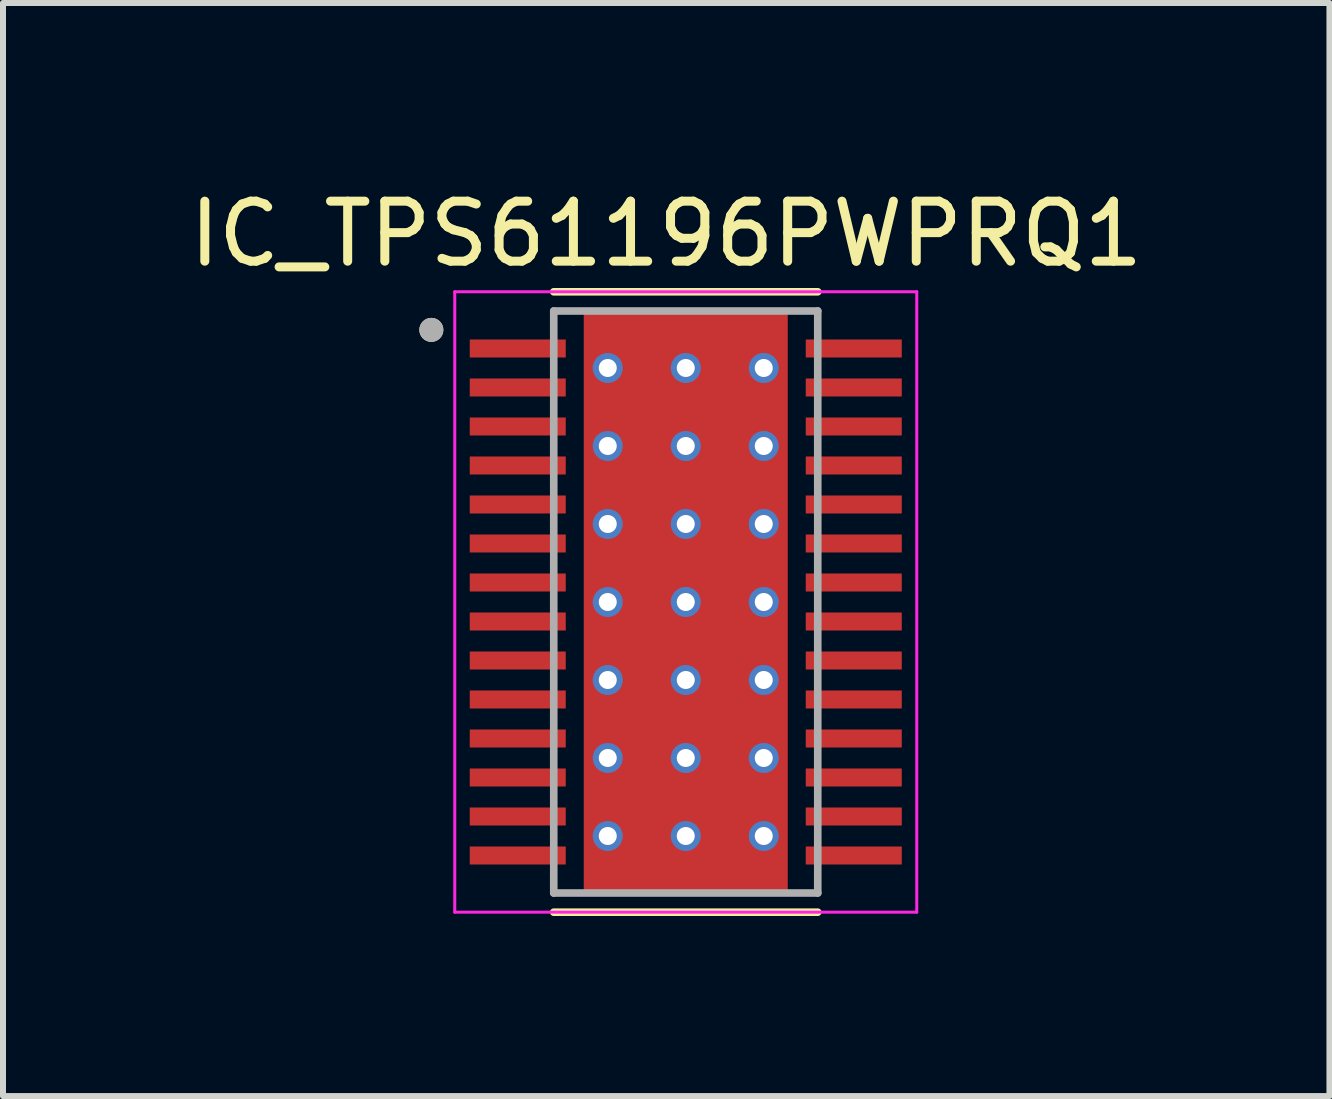
<source format=kicad_pcb>
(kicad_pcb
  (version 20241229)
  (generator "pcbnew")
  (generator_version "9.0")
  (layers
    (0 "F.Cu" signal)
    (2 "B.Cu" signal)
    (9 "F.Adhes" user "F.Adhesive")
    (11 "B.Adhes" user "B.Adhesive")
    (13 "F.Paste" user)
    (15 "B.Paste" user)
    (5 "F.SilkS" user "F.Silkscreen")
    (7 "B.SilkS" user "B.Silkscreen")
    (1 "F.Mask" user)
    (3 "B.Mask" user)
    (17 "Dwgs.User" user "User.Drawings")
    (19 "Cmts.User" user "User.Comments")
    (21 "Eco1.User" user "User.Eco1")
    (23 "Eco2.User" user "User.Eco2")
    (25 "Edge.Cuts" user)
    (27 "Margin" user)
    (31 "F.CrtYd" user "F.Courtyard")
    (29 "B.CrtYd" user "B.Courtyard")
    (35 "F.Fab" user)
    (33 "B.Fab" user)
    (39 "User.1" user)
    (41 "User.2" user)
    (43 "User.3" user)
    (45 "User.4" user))
  (footprint "IC_TPS61196PWPRQ1"
    (layer "F.Cu")
    (at 8.379 6.983)
    (property "Reference" "IC_TPS61196PWPRQ1" (at -0.325 -6.135 0) (layer "F.SilkS") (effects (font (size 1 1) (thickness 0.15))))
    (attr smd)
    (fp_poly (pts (xy -3.67 -4.445) (xy -1.93 -4.445) (xy -1.93 -4.005) (xy -3.67 -4.005)) (stroke (width 0.01) (type solid)) (fill yes) (layer "F.Mask"))
    (fp_poly (pts (xy -3.67 -3.795) (xy -1.93 -3.795) (xy -1.93 -3.355) (xy -3.67 -3.355)) (stroke (width 0.01) (type solid)) (fill yes) (layer "F.Mask"))
    (fp_poly (pts (xy -3.67 -3.145) (xy -1.93 -3.145) (xy -1.93 -2.705) (xy -3.67 -2.705)) (stroke (width 0.01) (type solid)) (fill yes) (layer "F.Mask"))
    (fp_poly (pts (xy -3.67 -2.495) (xy -1.93 -2.495) (xy -1.93 -2.055) (xy -3.67 -2.055)) (stroke (width 0.01) (type solid)) (fill yes) (layer "F.Mask"))
    (fp_poly (pts (xy -3.67 -1.845) (xy -1.93 -1.845) (xy -1.93 -1.405) (xy -3.67 -1.405)) (stroke (width 0.01) (type solid)) (fill yes) (layer "F.Mask"))
    (fp_poly (pts (xy -3.67 -1.195) (xy -1.93 -1.195) (xy -1.93 -0.755) (xy -3.67 -0.755)) (stroke (width 0.01) (type solid)) (fill yes) (layer "F.Mask"))
    (fp_poly (pts (xy -3.67 -0.545) (xy -1.93 -0.545) (xy -1.93 -0.105) (xy -3.67 -0.105)) (stroke (width 0.01) (type solid)) (fill yes) (layer "F.Mask"))
    (fp_poly (pts (xy -3.67 0.105) (xy -1.93 0.105) (xy -1.93 0.545) (xy -3.67 0.545)) (stroke (width 0.01) (type solid)) (fill yes) (layer "F.Mask"))
    (fp_poly (pts (xy -3.67 0.755) (xy -1.93 0.755) (xy -1.93 1.195) (xy -3.67 1.195)) (stroke (width 0.01) (type solid)) (fill yes) (layer "F.Mask"))
    (fp_poly (pts (xy -3.67 1.405) (xy -1.93 1.405) (xy -1.93 1.845) (xy -3.67 1.845)) (stroke (width 0.01) (type solid)) (fill yes) (layer "F.Mask"))
    (fp_poly (pts (xy -3.67 2.055) (xy -1.93 2.055) (xy -1.93 2.495) (xy -3.67 2.495)) (stroke (width 0.01) (type solid)) (fill yes) (layer "F.Mask"))
    (fp_poly (pts (xy -3.67 2.705) (xy -1.93 2.705) (xy -1.93 3.145) (xy -3.67 3.145)) (stroke (width 0.01) (type solid)) (fill yes) (layer "F.Mask"))
    (fp_poly (pts (xy -3.67 3.355) (xy -1.93 3.355) (xy -1.93 3.795) (xy -3.67 3.795)) (stroke (width 0.01) (type solid)) (fill yes) (layer "F.Mask"))
    (fp_poly (pts (xy -3.67 4.005) (xy -1.93 4.005) (xy -1.93 4.445) (xy -3.67 4.445)) (stroke (width 0.01) (type solid)) (fill yes) (layer "F.Mask"))
    (fp_poly (pts (xy -1.2 -3.23) (xy 1.2 -3.23) (xy 1.2 3.23) (xy -1.2 3.23)) (stroke (width 0.01) (type solid)) (fill yes) (layer "F.Mask"))
    (fp_poly (pts (xy 1.93 -4.445) (xy 3.67 -4.445) (xy 3.67 -4.005) (xy 1.93 -4.005)) (stroke (width 0.01) (type solid)) (fill yes) (layer "F.Mask"))
    (fp_poly (pts (xy 1.93 -3.795) (xy 3.67 -3.795) (xy 3.67 -3.355) (xy 1.93 -3.355)) (stroke (width 0.01) (type solid)) (fill yes) (layer "F.Mask"))
    (fp_poly (pts (xy 1.93 -3.145) (xy 3.67 -3.145) (xy 3.67 -2.705) (xy 1.93 -2.705)) (stroke (width 0.01) (type solid)) (fill yes) (layer "F.Mask"))
    (fp_poly (pts (xy 1.93 -2.495) (xy 3.67 -2.495) (xy 3.67 -2.055) (xy 1.93 -2.055)) (stroke (width 0.01) (type solid)) (fill yes) (layer "F.Mask"))
    (fp_poly (pts (xy 1.93 -1.845) (xy 3.67 -1.845) (xy 3.67 -1.405) (xy 1.93 -1.405)) (stroke (width 0.01) (type solid)) (fill yes) (layer "F.Mask"))
    (fp_poly (pts (xy 1.93 -1.195) (xy 3.67 -1.195) (xy 3.67 -0.755) (xy 1.93 -0.755)) (stroke (width 0.01) (type solid)) (fill yes) (layer "F.Mask"))
    (fp_poly (pts (xy 1.93 -0.545) (xy 3.67 -0.545) (xy 3.67 -0.105) (xy 1.93 -0.105)) (stroke (width 0.01) (type solid)) (fill yes) (layer "F.Mask"))
    (fp_poly (pts (xy 1.93 0.105) (xy 3.67 0.105) (xy 3.67 0.545) (xy 1.93 0.545)) (stroke (width 0.01) (type solid)) (fill yes) (layer "F.Mask"))
    (fp_poly (pts (xy 1.93 0.755) (xy 3.67 0.755) (xy 3.67 1.195) (xy 1.93 1.195)) (stroke (width 0.01) (type solid)) (fill yes) (layer "F.Mask"))
    (fp_poly (pts (xy 1.93 1.405) (xy 3.67 1.405) (xy 3.67 1.845) (xy 1.93 1.845)) (stroke (width 0.01) (type solid)) (fill yes) (layer "F.Mask"))
    (fp_poly (pts (xy 1.93 2.055) (xy 3.67 2.055) (xy 3.67 2.495) (xy 1.93 2.495)) (stroke (width 0.01) (type solid)) (fill yes) (layer "F.Mask"))
    (fp_poly (pts (xy 1.93 2.705) (xy 3.67 2.705) (xy 3.67 3.145) (xy 1.93 3.145)) (stroke (width 0.01) (type solid)) (fill yes) (layer "F.Mask"))
    (fp_poly (pts (xy 1.93 3.355) (xy 3.67 3.355) (xy 3.67 3.795) (xy 1.93 3.795)) (stroke (width 0.01) (type solid)) (fill yes) (layer "F.Mask"))
    (fp_poly (pts (xy 1.93 4.005) (xy 3.67 4.005) (xy 3.67 4.445) (xy 1.93 4.445)) (stroke (width 0.01) (type solid)) (fill yes) (layer "F.Mask"))
    (fp_line (start -2.2 -5.17) (end 2.2 -5.17) (stroke (width 0.127) (type solid)) (layer "F.SilkS"))
    (fp_line (start -2.2 5.17) (end 2.2 5.17) (stroke (width 0.127) (type solid)) (layer "F.SilkS"))
    (fp_circle (center -4.24 -4.535) (end -4.14 -4.535) (stroke (width 0.2) (type solid)) (fill no) (layer "F.SilkS"))
    (fp_poly (pts (xy -3.575 -4.35) (xy -2.025 -4.35) (xy -2.025 -4.1) (xy -3.575 -4.1)) (stroke (width 0.01) (type solid)) (fill yes) (layer "F.Paste"))
    (fp_poly (pts (xy -3.575 -3.7) (xy -2.025 -3.7) (xy -2.025 -3.45) (xy -3.575 -3.45)) (stroke (width 0.01) (type solid)) (fill yes) (layer "F.Paste"))
    (fp_poly (pts (xy -3.575 -3.05) (xy -2.025 -3.05) (xy -2.025 -2.8) (xy -3.575 -2.8)) (stroke (width 0.01) (type solid)) (fill yes) (layer "F.Paste"))
    (fp_poly (pts (xy -3.575 -2.4) (xy -2.025 -2.4) (xy -2.025 -2.15) (xy -3.575 -2.15)) (stroke (width 0.01) (type solid)) (fill yes) (layer "F.Paste"))
    (fp_poly (pts (xy -3.575 -1.75) (xy -2.025 -1.75) (xy -2.025 -1.5) (xy -3.575 -1.5)) (stroke (width 0.01) (type solid)) (fill yes) (layer "F.Paste"))
    (fp_poly (pts (xy -3.575 -1.1) (xy -2.025 -1.1) (xy -2.025 -0.85) (xy -3.575 -0.85)) (stroke (width 0.01) (type solid)) (fill yes) (layer "F.Paste"))
    (fp_poly (pts (xy -3.575 -0.45) (xy -2.025 -0.45) (xy -2.025 -0.2) (xy -3.575 -0.2)) (stroke (width 0.01) (type solid)) (fill yes) (layer "F.Paste"))
    (fp_poly (pts (xy -3.575 0.2) (xy -2.025 0.2) (xy -2.025 0.45) (xy -3.575 0.45)) (stroke (width 0.01) (type solid)) (fill yes) (layer "F.Paste"))
    (fp_poly (pts (xy -3.575 0.85) (xy -2.025 0.85) (xy -2.025 1.1) (xy -3.575 1.1)) (stroke (width 0.01) (type solid)) (fill yes) (layer "F.Paste"))
    (fp_poly (pts (xy -3.575 1.5) (xy -2.025 1.5) (xy -2.025 1.75) (xy -3.575 1.75)) (stroke (width 0.01) (type solid)) (fill yes) (layer "F.Paste"))
    (fp_poly (pts (xy -3.575 2.15) (xy -2.025 2.15) (xy -2.025 2.4) (xy -3.575 2.4)) (stroke (width 0.01) (type solid)) (fill yes) (layer "F.Paste"))
    (fp_poly (pts (xy -3.575 2.8) (xy -2.025 2.8) (xy -2.025 3.05) (xy -3.575 3.05)) (stroke (width 0.01) (type solid)) (fill yes) (layer "F.Paste"))
    (fp_poly (pts (xy -3.575 3.45) (xy -2.025 3.45) (xy -2.025 3.7) (xy -3.575 3.7)) (stroke (width 0.01) (type solid)) (fill yes) (layer "F.Paste"))
    (fp_poly (pts (xy -3.575 4.1) (xy -2.025 4.1) (xy -2.025 4.35) (xy -3.575 4.35)) (stroke (width 0.01) (type solid)) (fill yes) (layer "F.Paste"))
    (fp_poly (pts (xy -1.2 -3.23) (xy 1.2 -3.23) (xy 1.2 3.23) (xy -1.2 3.23)) (stroke (width 0.01) (type solid)) (fill yes) (layer "F.Paste"))
    (fp_poly (pts (xy 2.025 -4.35) (xy 3.575 -4.35) (xy 3.575 -4.1) (xy 2.025 -4.1)) (stroke (width 0.01) (type solid)) (fill yes) (layer "F.Paste"))
    (fp_poly (pts (xy 2.025 -3.7) (xy 3.575 -3.7) (xy 3.575 -3.45) (xy 2.025 -3.45)) (stroke (width 0.01) (type solid)) (fill yes) (layer "F.Paste"))
    (fp_poly (pts (xy 2.025 -3.05) (xy 3.575 -3.05) (xy 3.575 -2.8) (xy 2.025 -2.8)) (stroke (width 0.01) (type solid)) (fill yes) (layer "F.Paste"))
    (fp_poly (pts (xy 2.025 -2.4) (xy 3.575 -2.4) (xy 3.575 -2.15) (xy 2.025 -2.15)) (stroke (width 0.01) (type solid)) (fill yes) (layer "F.Paste"))
    (fp_poly (pts (xy 2.025 -1.75) (xy 3.575 -1.75) (xy 3.575 -1.5) (xy 2.025 -1.5)) (stroke (width 0.01) (type solid)) (fill yes) (layer "F.Paste"))
    (fp_poly (pts (xy 2.025 -1.1) (xy 3.575 -1.1) (xy 3.575 -0.85) (xy 2.025 -0.85)) (stroke (width 0.01) (type solid)) (fill yes) (layer "F.Paste"))
    (fp_poly (pts (xy 2.025 -0.45) (xy 3.575 -0.45) (xy 3.575 -0.2) (xy 2.025 -0.2)) (stroke (width 0.01) (type solid)) (fill yes) (layer "F.Paste"))
    (fp_poly (pts (xy 2.025 0.2) (xy 3.575 0.2) (xy 3.575 0.45) (xy 2.025 0.45)) (stroke (width 0.01) (type solid)) (fill yes) (layer "F.Paste"))
    (fp_poly (pts (xy 2.025 0.85) (xy 3.575 0.85) (xy 3.575 1.1) (xy 2.025 1.1)) (stroke (width 0.01) (type solid)) (fill yes) (layer "F.Paste"))
    (fp_poly (pts (xy 2.025 1.5) (xy 3.575 1.5) (xy 3.575 1.75) (xy 2.025 1.75)) (stroke (width 0.01) (type solid)) (fill yes) (layer "F.Paste"))
    (fp_poly (pts (xy 2.025 2.15) (xy 3.575 2.15) (xy 3.575 2.4) (xy 2.025 2.4)) (stroke (width 0.01) (type solid)) (fill yes) (layer "F.Paste"))
    (fp_poly (pts (xy 2.025 2.8) (xy 3.575 2.8) (xy 3.575 3.05) (xy 2.025 3.05)) (stroke (width 0.01) (type solid)) (fill yes) (layer "F.Paste"))
    (fp_poly (pts (xy 2.025 3.45) (xy 3.575 3.45) (xy 3.575 3.7) (xy 2.025 3.7)) (stroke (width 0.01) (type solid)) (fill yes) (layer "F.Paste"))
    (fp_poly (pts (xy 2.025 4.1) (xy 3.575 4.1) (xy 3.575 4.35) (xy 2.025 4.35)) (stroke (width 0.01) (type solid)) (fill yes) (layer "F.Paste"))
    (fp_line (start -3.85 -5.17) (end -3.85 5.17) (stroke (width 0.05) (type solid)) (layer "F.CrtYd"))
    (fp_line (start -3.85 -5.17) (end 3.85 -5.17) (stroke (width 0.05) (type solid)) (layer "F.CrtYd"))
    (fp_line (start -3.85 5.17) (end 3.85 5.17) (stroke (width 0.05) (type solid)) (layer "F.CrtYd"))
    (fp_line (start 3.85 -5.17) (end 3.85 5.17) (stroke (width 0.05) (type solid)) (layer "F.CrtYd"))
    (fp_line (start -2.2 -4.85) (end -2.2 4.85) (stroke (width 0.127) (type solid)) (layer "F.Fab"))
    (fp_line (start -2.2 -4.85) (end 2.2 -4.85) (stroke (width 0.127) (type solid)) (layer "F.Fab"))
    (fp_line (start -2.2 4.85) (end 2.2 4.85) (stroke (width 0.127) (type solid)) (layer "F.Fab"))
    (fp_line (start 2.2 -4.85) (end 2.2 4.85) (stroke (width 0.127) (type solid)) (layer "F.Fab"))
    (fp_circle (center -4.24 -4.535) (end -4.14 -4.535) (stroke (width 0.2) (type solid)) (fill no) (layer "F.Fab"))
    (pad "1" smd rect (at -2.8 -4.225) (size 1.6 0.3) (layers "F.Cu"))
    (pad "2" smd rect (at -2.8 -3.575) (size 1.6 0.3) (layers "F.Cu"))
    (pad "3" smd rect (at -2.8 -2.925) (size 1.6 0.3) (layers "F.Cu"))
    (pad "4" smd rect (at -2.8 -2.275) (size 1.6 0.3) (layers "F.Cu"))
    (pad "5" smd rect (at -2.8 -1.625) (size 1.6 0.3) (layers "F.Cu"))
    (pad "6" smd rect (at -2.8 -0.975) (size 1.6 0.3) (layers "F.Cu"))
    (pad "7" smd rect (at -2.8 -0.325) (size 1.6 0.3) (layers "F.Cu"))
    (pad "8" smd rect (at -2.8 0.325) (size 1.6 0.3) (layers "F.Cu"))
    (pad "9" smd rect (at -2.8 0.975) (size 1.6 0.3) (layers "F.Cu"))
    (pad "10" smd rect (at -2.8 1.625) (size 1.6 0.3) (layers "F.Cu"))
    (pad "11" smd rect (at -2.8 2.275) (size 1.6 0.3) (layers "F.Cu"))
    (pad "12" smd rect (at -2.8 2.925) (size 1.6 0.3) (layers "F.Cu"))
    (pad "13" smd rect (at -2.8 3.575) (size 1.6 0.3) (layers "F.Cu"))
    (pad "14" smd rect (at -2.8 4.225) (size 1.6 0.3) (layers "F.Cu"))
    (pad "15" smd rect (at 2.8 4.225) (size 1.6 0.3) (layers "F.Cu"))
    (pad "16" smd rect (at 2.8 3.575) (size 1.6 0.3) (layers "F.Cu"))
    (pad "17" smd rect (at 2.8 2.925) (size 1.6 0.3) (layers "F.Cu"))
    (pad "18" smd rect (at 2.8 2.275) (size 1.6 0.3) (layers "F.Cu"))
    (pad "19" smd rect (at 2.8 1.625) (size 1.6 0.3) (layers "F.Cu"))
    (pad "20" smd rect (at 2.8 0.975) (size 1.6 0.3) (layers "F.Cu"))
    (pad "21" smd rect (at 2.8 0.325) (size 1.6 0.3) (layers "F.Cu"))
    (pad "22" smd rect (at 2.8 -0.325) (size 1.6 0.3) (layers "F.Cu"))
    (pad "23" smd rect (at 2.8 -0.975) (size 1.6 0.3) (layers "F.Cu"))
    (pad "24" smd rect (at 2.8 -1.625) (size 1.6 0.3) (layers "F.Cu"))
    (pad "25" smd rect (at 2.8 -2.275) (size 1.6 0.3) (layers "F.Cu"))
    (pad "26" smd rect (at 2.8 -2.925) (size 1.6 0.3) (layers "F.Cu"))
    (pad "27" smd rect (at 2.8 -3.575) (size 1.6 0.3) (layers "F.Cu"))
    (pad "28" smd rect (at 2.8 -4.225) (size 1.6 0.3) (layers "F.Cu"))
    (pad "29" smd rect (at 0 0) (size 3.4 9.7) (layers "F.Cu"))
    (pad "30" thru_hole circle (at 0 0) (size 0.5 0.5) (drill 0.3) (layers "*.Cu"))
    (pad "31" thru_hole circle (at 0 -1.3) (size 0.5 0.5) (drill 0.3) (layers "*.Cu"))
    (pad "32" thru_hole circle (at 0 -2.6) (size 0.5 0.5) (drill 0.3) (layers "*.Cu"))
    (pad "33" thru_hole circle (at 0 -3.9) (size 0.5 0.5) (drill 0.3) (layers "*.Cu"))
    (pad "34" thru_hole circle (at 0 1.3) (size 0.5 0.5) (drill 0.3) (layers "*.Cu"))
    (pad "35" thru_hole circle (at 0 2.6) (size 0.5 0.5) (drill 0.3) (layers "*.Cu"))
    (pad "36" thru_hole circle (at 0 3.9) (size 0.5 0.5) (drill 0.3) (layers "*.Cu"))
    (pad "37" thru_hole circle (at -1.3 -3.9) (size 0.5 0.5) (drill 0.3) (layers "*.Cu"))
    (pad "38" thru_hole circle (at 1.3 -3.9) (size 0.5 0.5) (drill 0.3) (layers "*.Cu"))
    (pad "39" thru_hole circle (at -1.3 -2.6) (size 0.5 0.5) (drill 0.3) (layers "*.Cu"))
    (pad "40" thru_hole circle (at 1.3 -2.6) (size 0.5 0.5) (drill 0.3) (layers "*.Cu"))
    (pad "41" thru_hole circle (at 1.3 -1.3) (size 0.5 0.5) (drill 0.3) (layers "*.Cu"))
    (pad "42" thru_hole circle (at -1.3 -1.3) (size 0.5 0.5) (drill 0.3) (layers "*.Cu"))
    (pad "43" thru_hole circle (at -1.3 0) (size 0.5 0.5) (drill 0.3) (layers "*.Cu"))
    (pad "44" thru_hole circle (at 1.3 0) (size 0.5 0.5) (drill 0.3) (layers "*.Cu"))
    (pad "45" thru_hole circle (at -1.3 1.3) (size 0.5 0.5) (drill 0.3) (layers "*.Cu"))
    (pad "46" thru_hole circle (at 1.3 1.3) (size 0.5 0.5) (drill 0.3) (layers "*.Cu"))
    (pad "47" thru_hole circle (at -1.3 2.6) (size 0.5 0.5) (drill 0.3) (layers "*.Cu"))
    (pad "48" thru_hole circle (at 1.3 2.6) (size 0.5 0.5) (drill 0.3) (layers "*.Cu"))
    (pad "49" thru_hole circle (at -1.3 3.9) (size 0.5 0.5) (drill 0.3) (layers "*.Cu"))
    (pad "50" thru_hole circle (at 1.3 3.9) (size 0.5 0.5) (drill 0.3) (layers "*.Cu")))
  (gr_rect
    (start -3 -3)
    (end 19.107 15.217)
    (stroke (width 0.1) (type default))
    (fill no)
    (layer "Edge.Cuts")))
</source>
